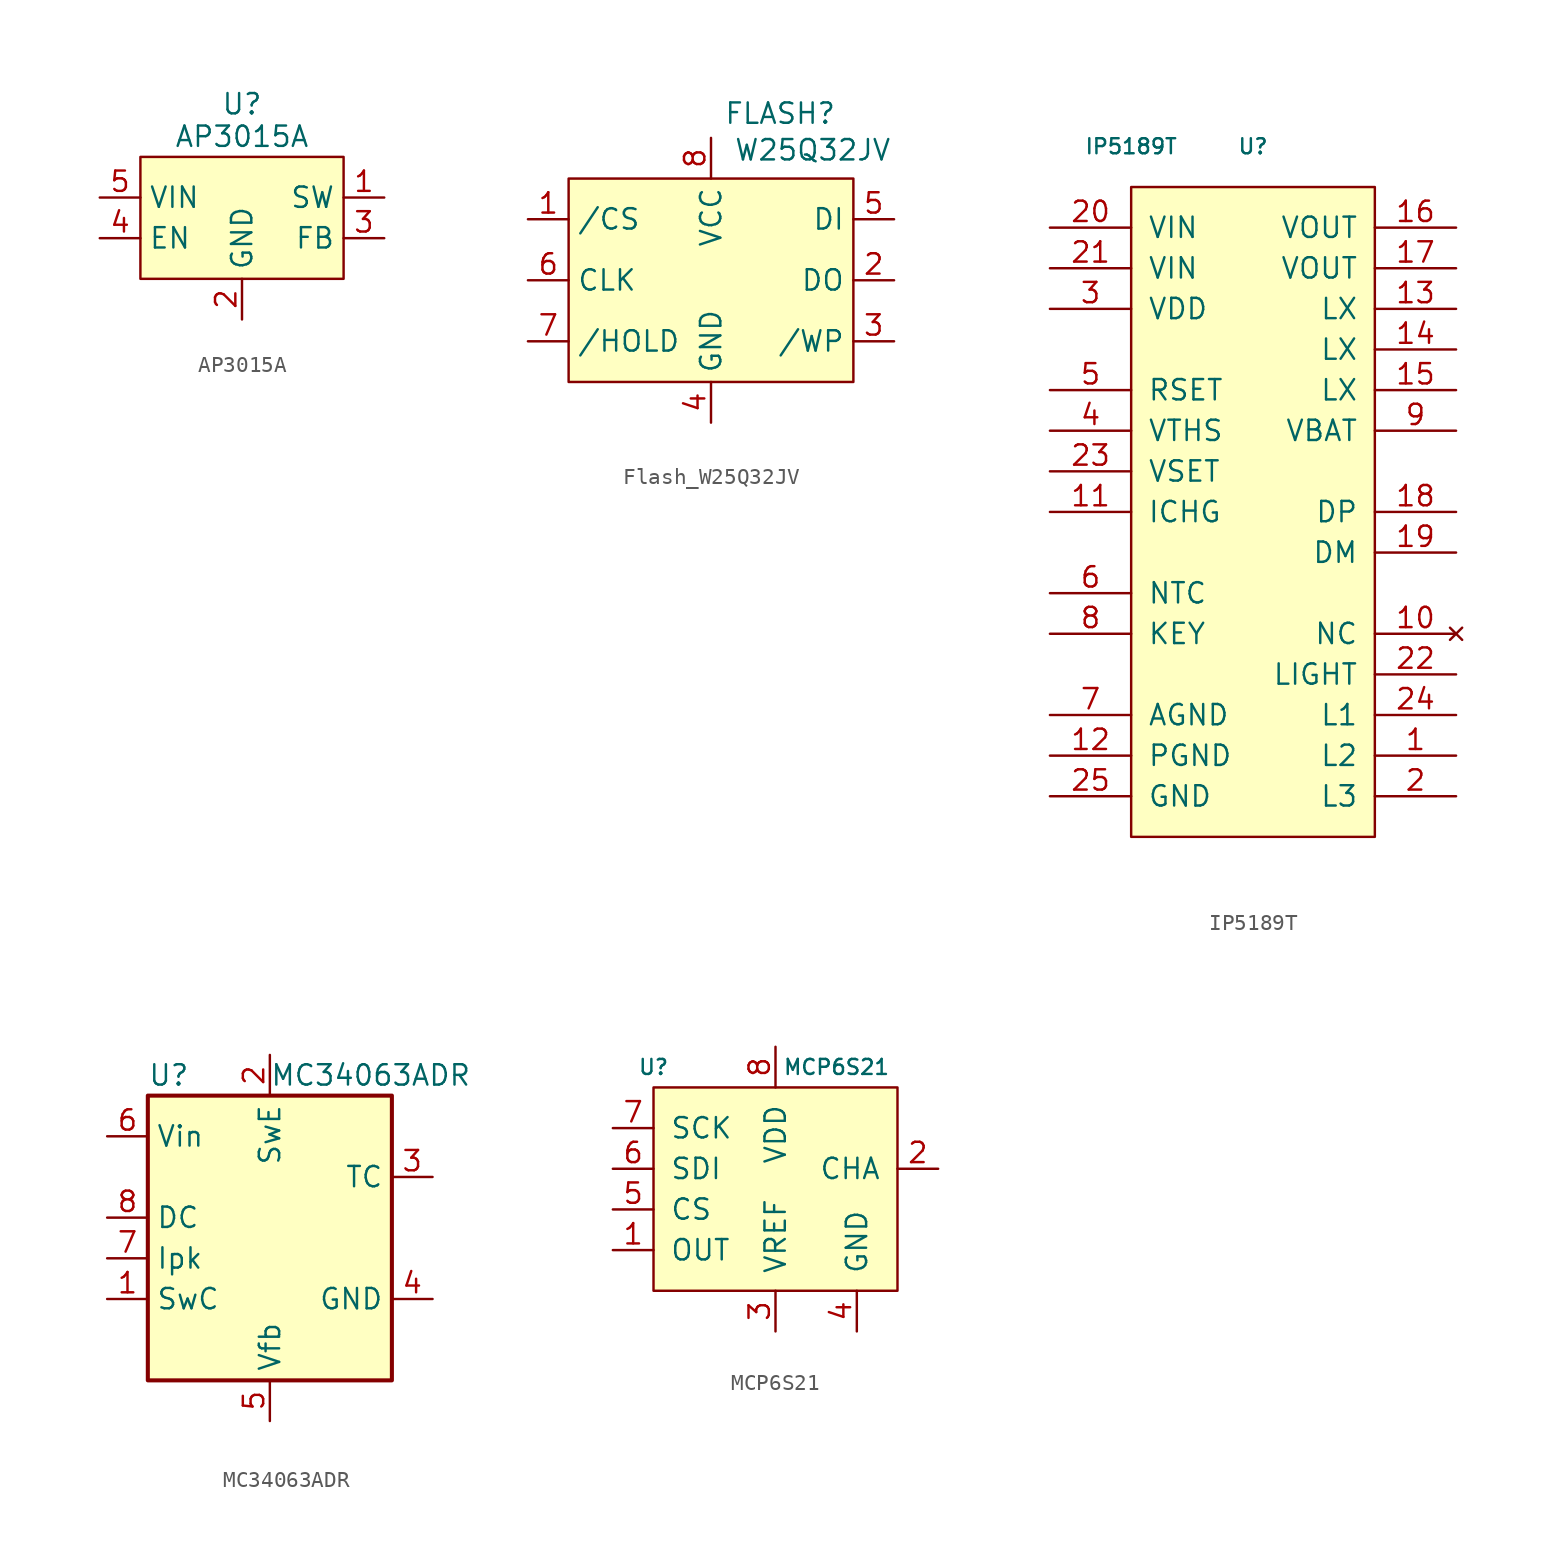
<source format=kicad_sym>
(kicad_symbol_lib
  (version 20241209)
  (generator "kicad_symbol_editor")
  (generator_version "9.0")
  (symbol "AP3015A"
    (property "Reference" "U"
      (at 0 0.762 0)
      (effects (font (size 1.27 1.27))))
    (property "Value" "AP3015A"
      (at 0 -1.27 0)
      (effects (font (size 1.27 1.27))))
    (symbol "AP3015A_1_1"
      (rectangle (start -6.35 -2.54) (end 6.35 -10.16) (stroke (width 0) (type solid)) (fill (type background)))
      (pin power_in line (at -8.89 -5.08 0) (length 2.54) (name "VIN" (effects (font (size 1.27 1.27)))) (number "5" (effects (font (size 1.27 1.27)))))
      (pin input line (at -8.89 -7.62 0) (length 2.54) (name "EN" (effects (font (size 1.27 1.27)))) (number "4" (effects (font (size 1.27 1.27)))))
      (pin power_in line (at 0 -12.7 90) (length 2.54) (name "GND" (effects (font (size 1.27 1.27)))) (number "2" (effects (font (size 1.27 1.27)))))
      (pin output line (at 8.89 -5.08 180) (length 2.54) (name "SW" (effects (font (size 1.27 1.27)))) (number "1" (effects (font (size 1.27 1.27)))))
      (pin output line (at 8.89 -7.62 180) (length 2.54) (name "FB" (effects (font (size 1.27 1.27)))) (number "3" (effects (font (size 1.27 1.27)))))))
  (symbol "Flash_W25Q32JV"
    (property "Reference" "FLASH"
      (at 4.318 2.794 0)
      (effects (font (size 1.27 1.27))))
    (property "Value" "W25Q32JV"
      (at 6.35 0.508 0)
      (effects (font (size 1.27 1.27))))
    (symbol "Flash_W25Q32JV_1_1"
      (rectangle (start -8.89 -1.27) (end 8.89 -13.97) (stroke (width 0) (type solid)) (fill (type background)))
      (pin bidirectional line (at -11.43 -3.81 0) (length 2.54) (name "/CS" (effects (font (size 1.27 1.27)))) (number "1" (effects (font (size 1.27 1.27)))))
      (pin input line (at -11.43 -7.62 0) (length 2.54) (name "CLK" (effects (font (size 1.27 1.27)))) (number "6" (effects (font (size 1.27 1.27)))))
      (pin bidirectional line (at -11.43 -11.43 0) (length 2.54) (name "/HOLD" (effects (font (size 1.27 1.27)))) (number "7" (effects (font (size 1.27 1.27)))))
      (pin power_in line (at 0 1.27 270) (length 2.54) (name "VCC" (effects (font (size 1.27 1.27)))) (number "8" (effects (font (size 1.27 1.27)))))
      (pin power_in line (at 0 -16.51 90) (length 2.54) (name "GND" (effects (font (size 1.27 1.27)))) (number "4" (effects (font (size 1.27 1.27)))))
      (pin bidirectional line (at 11.43 -3.81 180) (length 2.54) (name "DI" (effects (font (size 1.27 1.27)))) (number "5" (effects (font (size 1.27 1.27)))))
      (pin bidirectional line (at 11.43 -7.62 180) (length 2.54) (name "DO" (effects (font (size 1.27 1.27)))) (number "2" (effects (font (size 1.27 1.27)))))
      (pin bidirectional line (at 11.43 -11.43 180) (length 2.54) (name "/WP" (effects (font (size 1.27 1.27)))) (number "3" (effects (font (size 1.27 1.27)))))))
  (symbol "IP5189T"
    (pin_names
      (offset 1.016))
    (property "Reference" "U"
      (at 5.08 2.54 0)
      (effects (font (size 0.94 0.94))))
    (property "Value" "IP5189T"
      (at -2.54 2.54 0)
      (effects (font (size 0.94 0.94))))
    (symbol "IP5189T_0_1"
      (rectangle (start -2.54 0) (end 12.7 -40.64) (stroke (width 0) (type solid)) (fill (type background))))
    (symbol "IP5189T_1_1"
      (pin power_in line (at -7.62 -2.54 0) (length 5.08) (name "VIN" (effects (font (size 1.27 1.27)))) (number "20" (effects (font (size 1.27 1.27)))))
      (pin power_in line (at -7.62 -5.08 0) (length 5.08) (name "VIN" (effects (font (size 1.27 1.27)))) (number "21" (effects (font (size 1.27 1.27)))))
      (pin power_out line (at -7.62 -7.62 0) (length 5.08) (name "VDD" (effects (font (size 1.27 1.27)))) (number "3" (effects (font (size 1.27 1.27)))))
      (pin input line (at -7.62 -12.7 0) (length 5.08) (name "RSET" (effects (font (size 1.27 1.27)))) (number "5" (effects (font (size 1.27 1.27)))))
      (pin input line (at -7.62 -15.24 0) (length 5.08) (name "VTHS" (effects (font (size 1.27 1.27)))) (number "4" (effects (font (size 1.27 1.27)))))
      (pin input line (at -7.62 -17.78 0) (length 5.08) (name "VSET" (effects (font (size 1.27 1.27)))) (number "23" (effects (font (size 1.27 1.27)))))
      (pin input line (at -7.62 -20.32 0) (length 5.08) (name "ICHG" (effects (font (size 1.27 1.27)))) (number "11" (effects (font (size 1.27 1.27)))))
      (pin input line (at -7.62 -25.4 0) (length 5.08) (name "NTC" (effects (font (size 1.27 1.27)))) (number "6" (effects (font (size 1.27 1.27)))))
      (pin input line (at -7.62 -27.94 0) (length 5.08) (name "KEY" (effects (font (size 1.27 1.27)))) (number "8" (effects (font (size 1.27 1.27)))))
      (pin power_in line (at -7.62 -33.02 0) (length 5.08) (name "AGND" (effects (font (size 1.27 1.27)))) (number "7" (effects (font (size 1.27 1.27)))))
      (pin power_in line (at -7.62 -35.56 0) (length 5.08) (name "PGND" (effects (font (size 1.27 1.27)))) (number "12" (effects (font (size 1.27 1.27)))))
      (pin power_in line (at -7.62 -38.1 0) (length 5.08) (name "GND" (effects (font (size 1.27 1.27)))) (number "25" (effects (font (size 1.27 1.27)))))
      (pin power_out line (at 17.78 -2.54 180) (length 5.08) (name "VOUT" (effects (font (size 1.27 1.27)))) (number "16" (effects (font (size 1.27 1.27)))))
      (pin power_out line (at 17.78 -5.08 180) (length 5.08) (name "VOUT" (effects (font (size 1.27 1.27)))) (number "17" (effects (font (size 1.27 1.27)))))
      (pin power_out line (at 17.78 -7.62 180) (length 5.08) (name "LX" (effects (font (size 1.27 1.27)))) (number "13" (effects (font (size 1.27 1.27)))))
      (pin power_out line (at 17.78 -10.16 180) (length 5.08) (name "LX" (effects (font (size 1.27 1.27)))) (number "14" (effects (font (size 1.27 1.27)))))
      (pin power_out line (at 17.78 -12.7 180) (length 5.08) (name "LX" (effects (font (size 1.27 1.27)))) (number "15" (effects (font (size 1.27 1.27)))))
      (pin power_in line (at 17.78 -15.24 180) (length 5.08) (name "VBAT" (effects (font (size 1.27 1.27)))) (number "9" (effects (font (size 1.27 1.27)))))
      (pin output line (at 17.78 -20.32 180) (length 5.08) (name "DP" (effects (font (size 1.27 1.27)))) (number "18" (effects (font (size 1.27 1.27)))))
      (pin output line (at 17.78 -22.86 180) (length 5.08) (name "DM" (effects (font (size 1.27 1.27)))) (number "19" (effects (font (size 1.27 1.27)))))
      (pin no_connect line (at 17.78 -27.94 180) (length 5.08) (name "NC" (effects (font (size 1.27 1.27)))) (number "10" (effects (font (size 1.27 1.27)))))
      (pin output line (at 17.78 -30.48 180) (length 5.08) (name "LIGHT" (effects (font (size 1.27 1.27)))) (number "22" (effects (font (size 1.27 1.27)))))
      (pin output line (at 17.78 -33.02 180) (length 5.08) (name "L1" (effects (font (size 1.27 1.27)))) (number "24" (effects (font (size 1.27 1.27)))))
      (pin output line (at 17.78 -35.56 180) (length 5.08) (name "L2" (effects (font (size 1.27 1.27)))) (number "1" (effects (font (size 1.27 1.27)))))
      (pin output line (at 17.78 -38.1 180) (length 5.08) (name "L3" (effects (font (size 1.27 1.27)))) (number "2" (effects (font (size 1.27 1.27)))))))
  (symbol "MC34063ADR"
    (property "Reference" "U"
      (at -7.62 8.89 0)
      (effects (font (size 1.27 1.27)) (justify left)))
    (property "Value" "MC34063ADR"
      (at 0 8.89 0)
      (effects (font (size 1.27 1.27)) (justify left)))
    (symbol "MC34063ADR_0_1"
      (rectangle (start -7.62 7.62) (end 7.62 -10.16) (stroke (width 0.254) (type default)) (fill (type background))))
    (symbol "MC34063ADR_1_1"
      (pin power_in line (at -10.16 5.08 0) (length 2.54) (name "Vin" (effects (font (size 1.27 1.27)))) (number "6" (effects (font (size 1.27 1.27)))))
      (pin open_collector line (at -10.16 0 0) (length 2.54) (name "DC" (effects (font (size 1.27 1.27)))) (number "8" (effects (font (size 1.27 1.27)))))
      (pin input line (at -10.16 -2.54 0) (length 2.54) (name "Ipk" (effects (font (size 1.27 1.27)))) (number "7" (effects (font (size 1.27 1.27)))))
      (pin open_collector line (at -10.16 -5.08 0) (length 2.54) (name "SwC" (effects (font (size 1.27 1.27)))) (number "1" (effects (font (size 1.27 1.27)))))
      (pin open_emitter line (at 0 10.16 270) (length 2.54) (name "SwE" (effects (font (size 1.27 1.27)))) (number "2" (effects (font (size 1.27 1.27)))))
      (pin input line (at 0 -12.7 90) (length 2.54) (name "Vfb" (effects (font (size 1.27 1.27)))) (number "5" (effects (font (size 1.27 1.27)))))
      (pin passive line (at 10.16 2.54 180) (length 2.54) (name "TC" (effects (font (size 1.27 1.27)))) (number "3" (effects (font (size 1.27 1.27)))))
      (pin power_in line (at 10.16 -5.08 180) (length 2.54) (name "GND" (effects (font (size 1.27 1.27)))) (number "4" (effects (font (size 1.27 1.27)))))))
  (symbol "MCP6S21"
    (pin_names
      (offset 1.016))
    (property "Reference" "U"
      (at -7.62 7.62 0)
      (effects (font (size 0.94 0.94))))
    (property "Value" "MCP6S21"
      (at 3.81 7.62 0)
      (effects (font (size 0.94 0.94))))
    (symbol "MCP6S21_0_0"
      (rectangle (start -7.62 6.35) (end 7.62 -6.35) (stroke (width 0) (type solid)) (fill (type background))))
    (symbol "MCP6S21_1_1"
      (pin input line (at -10.16 3.81 0) (length 2.54) (name "SCK" (effects (font (size 1.27 1.27)))) (number "7" (effects (font (size 1.27 1.27)))))
      (pin input line (at -10.16 1.27 0) (length 2.54) (name "SDI" (effects (font (size 1.27 1.27)))) (number "6" (effects (font (size 1.27 1.27)))))
      (pin input line (at -10.16 -1.27 0) (length 2.54) (name "CS" (effects (font (size 1.27 1.27)))) (number "5" (effects (font (size 1.27 1.27)))))
      (pin output line (at -10.16 -3.81 0) (length 2.54) (name "OUT" (effects (font (size 1.27 1.27)))) (number "1" (effects (font (size 1.27 1.27)))))
      (pin power_in line (at 0 8.89 270) (length 2.54) (name "VDD" (effects (font (size 1.27 1.27)))) (number "8" (effects (font (size 1.27 1.27)))))
      (pin input line (at 0 -8.89 90) (length 2.54) (name "VREF" (effects (font (size 1.27 1.27)))) (number "3" (effects (font (size 1.27 1.27)))))
      (pin power_in line (at 5.08 -8.89 90) (length 2.54) (name "GND" (effects (font (size 1.27 1.27)))) (number "4" (effects (font (size 1.27 1.27)))))
      (pin input line (at 10.16 1.27 180) (length 2.54) (name "CHA" (effects (font (size 1.27 1.27)))) (number "2" (effects (font (size 1.27 1.27))))))))
</source>
